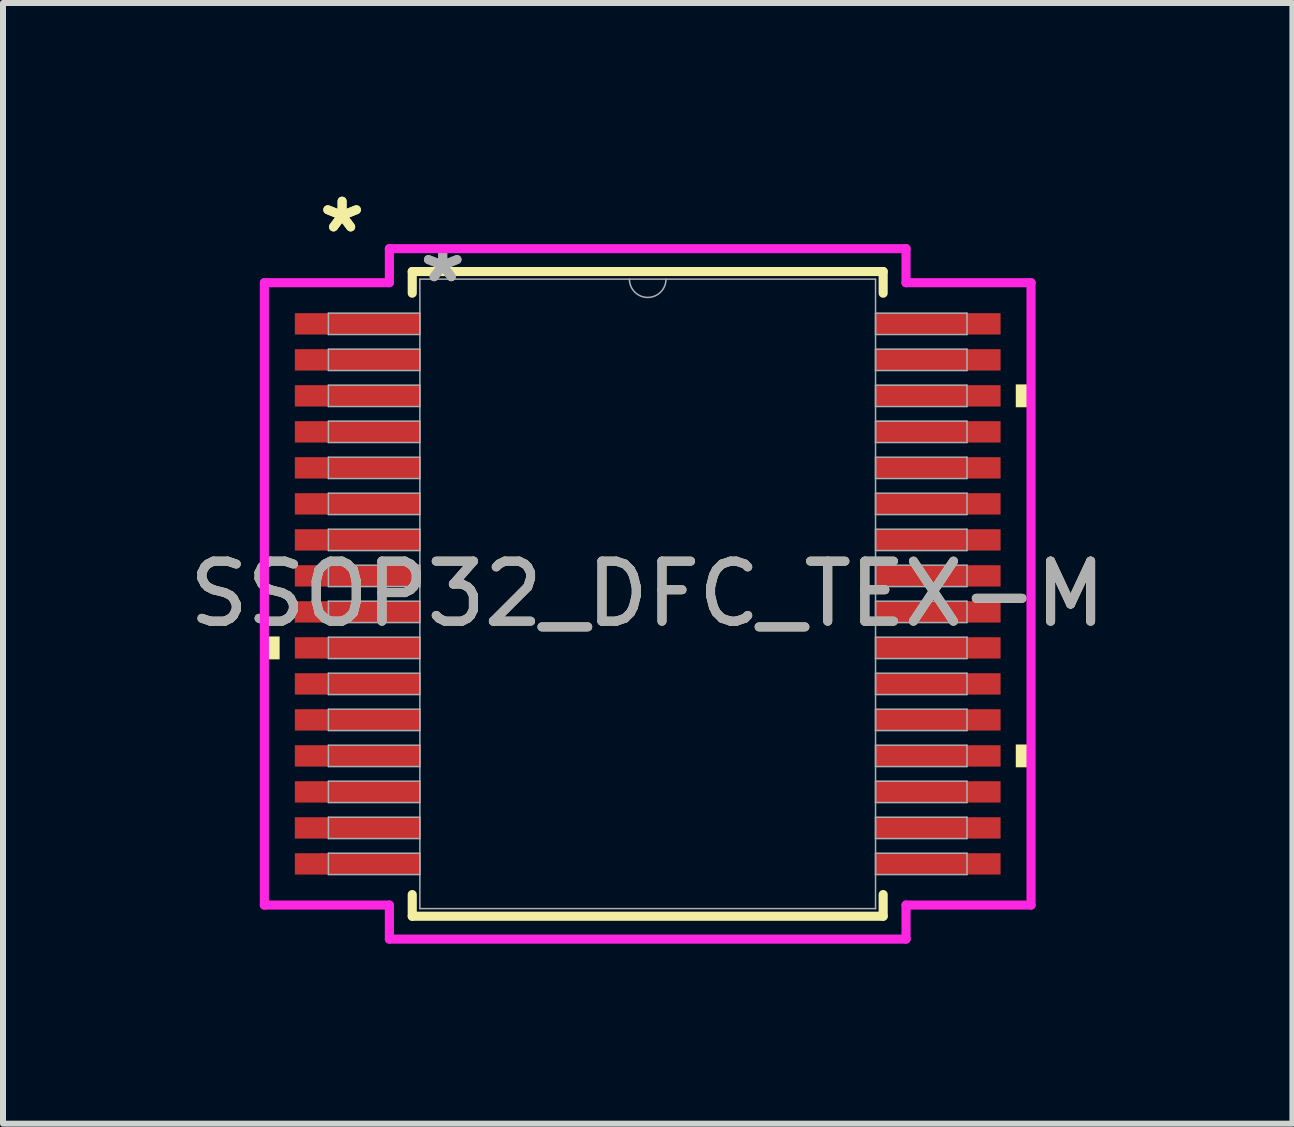
<source format=kicad_pcb>
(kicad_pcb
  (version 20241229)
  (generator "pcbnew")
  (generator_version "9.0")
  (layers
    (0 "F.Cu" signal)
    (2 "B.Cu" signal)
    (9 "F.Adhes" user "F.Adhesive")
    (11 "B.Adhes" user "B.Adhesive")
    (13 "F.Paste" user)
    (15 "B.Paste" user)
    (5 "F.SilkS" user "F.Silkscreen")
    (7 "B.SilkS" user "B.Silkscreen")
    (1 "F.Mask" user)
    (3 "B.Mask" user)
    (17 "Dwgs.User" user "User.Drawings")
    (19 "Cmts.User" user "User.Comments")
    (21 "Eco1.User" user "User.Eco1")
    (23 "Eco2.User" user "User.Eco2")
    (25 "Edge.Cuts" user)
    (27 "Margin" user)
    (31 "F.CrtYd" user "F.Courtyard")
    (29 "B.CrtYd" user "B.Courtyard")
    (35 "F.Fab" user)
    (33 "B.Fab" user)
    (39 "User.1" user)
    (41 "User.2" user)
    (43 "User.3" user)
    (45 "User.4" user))
  (footprint "SSOP32_DFC_TEX-M"
    (layer "F.Cu")
    (at 7.744 6.847)
    (property "Reference" "SSOP32_DFC_TEX-M" (at 0 0 0) (unlocked yes) (layer "F.SilkS") (effects (font (size 1 1) (thickness 0.15))))
    (attr smd)
    (fp_line (start -3.924 -5.372) (end -3.924 -5.011) (stroke (width 0.152) (type solid)) (layer "F.SilkS"))
    (fp_line (start -3.924 5.011) (end -3.924 5.372) (stroke (width 0.152) (type solid)) (layer "F.SilkS"))
    (fp_line (start -3.924 5.372) (end 3.924 5.372) (stroke (width 0.152) (type solid)) (layer "F.SilkS"))
    (fp_line (start 3.924 -5.372) (end -3.924 -5.372) (stroke (width 0.152) (type solid)) (layer "F.SilkS"))
    (fp_line (start 3.924 -5.011) (end 3.924 -5.372) (stroke (width 0.152) (type solid)) (layer "F.SilkS"))
    (fp_line (start 3.924 5.372) (end 3.924 5.011) (stroke (width 0.152) (type solid)) (layer "F.SilkS"))
    (fp_poly (pts (xy -6.388 0.71) (xy -6.388 1.091) (xy -6.134 1.091) (xy -6.134 0.71)) (stroke (width 0) (type solid)) (fill yes) (layer "F.SilkS"))
    (fp_poly (pts (xy 6.388 -3.491) (xy 6.388 -3.11) (xy 6.134 -3.11) (xy 6.134 -3.491)) (stroke (width 0) (type solid)) (fill yes) (layer "F.SilkS"))
    (fp_poly (pts (xy 6.388 2.51) (xy 6.388 2.89) (xy 6.134 2.89) (xy 6.134 2.51)) (stroke (width 0) (type solid)) (fill yes) (layer "F.SilkS"))
    (fp_line (start -6.388 -5.186) (end -4.305 -5.186) (stroke (width 0.152) (type solid)) (layer "F.CrtYd"))
    (fp_line (start -6.388 5.186) (end -6.388 -5.186) (stroke (width 0.152) (type solid)) (layer "F.CrtYd"))
    (fp_line (start -6.388 5.186) (end -4.305 5.186) (stroke (width 0.152) (type solid)) (layer "F.CrtYd"))
    (fp_line (start -4.305 -5.753) (end 4.305 -5.753) (stroke (width 0.152) (type solid)) (layer "F.CrtYd"))
    (fp_line (start -4.305 -5.186) (end -4.305 -5.753) (stroke (width 0.152) (type solid)) (layer "F.CrtYd"))
    (fp_line (start -4.305 5.753) (end -4.305 5.186) (stroke (width 0.152) (type solid)) (layer "F.CrtYd"))
    (fp_line (start 4.305 -5.753) (end 4.305 -5.186) (stroke (width 0.152) (type solid)) (layer "F.CrtYd"))
    (fp_line (start 4.305 5.186) (end 4.305 5.753) (stroke (width 0.152) (type solid)) (layer "F.CrtYd"))
    (fp_line (start 4.305 5.753) (end -4.305 5.753) (stroke (width 0.152) (type solid)) (layer "F.CrtYd"))
    (fp_line (start 6.388 -5.186) (end 4.305 -5.186) (stroke (width 0.152) (type solid)) (layer "F.CrtYd"))
    (fp_line (start 6.388 -5.186) (end 6.388 5.186) (stroke (width 0.152) (type solid)) (layer "F.CrtYd"))
    (fp_line (start 6.388 5.186) (end 4.305 5.186) (stroke (width 0.152) (type solid)) (layer "F.CrtYd"))
    (fp_line (start -5.321 -4.678) (end -5.321 -4.322) (stroke (width 0.025) (type solid)) (layer "F.Fab"))
    (fp_line (start -5.321 -4.322) (end -3.797 -4.322) (stroke (width 0.025) (type solid)) (layer "F.Fab"))
    (fp_line (start -5.321 -4.078) (end -5.321 -3.722) (stroke (width 0.025) (type solid)) (layer "F.Fab"))
    (fp_line (start -5.321 -3.722) (end -3.797 -3.722) (stroke (width 0.025) (type solid)) (layer "F.Fab"))
    (fp_line (start -5.321 -3.478) (end -5.321 -3.122) (stroke (width 0.025) (type solid)) (layer "F.Fab"))
    (fp_line (start -5.321 -3.122) (end -3.797 -3.122) (stroke (width 0.025) (type solid)) (layer "F.Fab"))
    (fp_line (start -5.321 -2.878) (end -5.321 -2.522) (stroke (width 0.025) (type solid)) (layer "F.Fab"))
    (fp_line (start -5.321 -2.522) (end -3.797 -2.522) (stroke (width 0.025) (type solid)) (layer "F.Fab"))
    (fp_line (start -5.321 -2.278) (end -5.321 -1.922) (stroke (width 0.025) (type solid)) (layer "F.Fab"))
    (fp_line (start -5.321 -1.922) (end -3.797 -1.922) (stroke (width 0.025) (type solid)) (layer "F.Fab"))
    (fp_line (start -5.321 -1.678) (end -5.321 -1.322) (stroke (width 0.025) (type solid)) (layer "F.Fab"))
    (fp_line (start -5.321 -1.322) (end -3.797 -1.322) (stroke (width 0.025) (type solid)) (layer "F.Fab"))
    (fp_line (start -5.321 -1.078) (end -5.321 -0.722) (stroke (width 0.025) (type solid)) (layer "F.Fab"))
    (fp_line (start -5.321 -0.722) (end -3.797 -0.722) (stroke (width 0.025) (type solid)) (layer "F.Fab"))
    (fp_line (start -5.321 -0.478) (end -5.321 -0.122) (stroke (width 0.025) (type solid)) (layer "F.Fab"))
    (fp_line (start -5.321 -0.122) (end -3.797 -0.122) (stroke (width 0.025) (type solid)) (layer "F.Fab"))
    (fp_line (start -5.321 0.122) (end -5.321 0.478) (stroke (width 0.025) (type solid)) (layer "F.Fab"))
    (fp_line (start -5.321 0.478) (end -3.797 0.478) (stroke (width 0.025) (type solid)) (layer "F.Fab"))
    (fp_line (start -5.321 0.722) (end -5.321 1.078) (stroke (width 0.025) (type solid)) (layer "F.Fab"))
    (fp_line (start -5.321 1.078) (end -3.797 1.078) (stroke (width 0.025) (type solid)) (layer "F.Fab"))
    (fp_line (start -5.321 1.322) (end -5.321 1.678) (stroke (width 0.025) (type solid)) (layer "F.Fab"))
    (fp_line (start -5.321 1.678) (end -3.797 1.678) (stroke (width 0.025) (type solid)) (layer "F.Fab"))
    (fp_line (start -5.321 1.922) (end -5.321 2.278) (stroke (width 0.025) (type solid)) (layer "F.Fab"))
    (fp_line (start -5.321 2.278) (end -3.797 2.278) (stroke (width 0.025) (type solid)) (layer "F.Fab"))
    (fp_line (start -5.321 2.522) (end -5.321 2.878) (stroke (width 0.025) (type solid)) (layer "F.Fab"))
    (fp_line (start -5.321 2.878) (end -3.797 2.878) (stroke (width 0.025) (type solid)) (layer "F.Fab"))
    (fp_line (start -5.321 3.122) (end -5.321 3.478) (stroke (width 0.025) (type solid)) (layer "F.Fab"))
    (fp_line (start -5.321 3.478) (end -3.797 3.478) (stroke (width 0.025) (type solid)) (layer "F.Fab"))
    (fp_line (start -5.321 3.722) (end -5.321 4.078) (stroke (width 0.025) (type solid)) (layer "F.Fab"))
    (fp_line (start -5.321 4.078) (end -3.797 4.078) (stroke (width 0.025) (type solid)) (layer "F.Fab"))
    (fp_line (start -5.321 4.322) (end -5.321 4.678) (stroke (width 0.025) (type solid)) (layer "F.Fab"))
    (fp_line (start -5.321 4.678) (end -3.797 4.678) (stroke (width 0.025) (type solid)) (layer "F.Fab"))
    (fp_line (start -3.797 -5.245) (end -3.797 5.245) (stroke (width 0.025) (type solid)) (layer "F.Fab"))
    (fp_line (start -3.797 -4.678) (end -5.321 -4.678) (stroke (width 0.025) (type solid)) (layer "F.Fab"))
    (fp_line (start -3.797 -4.322) (end -3.797 -4.678) (stroke (width 0.025) (type solid)) (layer "F.Fab"))
    (fp_line (start -3.797 -4.078) (end -5.321 -4.078) (stroke (width 0.025) (type solid)) (layer "F.Fab"))
    (fp_line (start -3.797 -3.722) (end -3.797 -4.078) (stroke (width 0.025) (type solid)) (layer "F.Fab"))
    (fp_line (start -3.797 -3.478) (end -5.321 -3.478) (stroke (width 0.025) (type solid)) (layer "F.Fab"))
    (fp_line (start -3.797 -3.122) (end -3.797 -3.478) (stroke (width 0.025) (type solid)) (layer "F.Fab"))
    (fp_line (start -3.797 -2.878) (end -5.321 -2.878) (stroke (width 0.025) (type solid)) (layer "F.Fab"))
    (fp_line (start -3.797 -2.522) (end -3.797 -2.878) (stroke (width 0.025) (type solid)) (layer "F.Fab"))
    (fp_line (start -3.797 -2.278) (end -5.321 -2.278) (stroke (width 0.025) (type solid)) (layer "F.Fab"))
    (fp_line (start -3.797 -1.922) (end -3.797 -2.278) (stroke (width 0.025) (type solid)) (layer "F.Fab"))
    (fp_line (start -3.797 -1.678) (end -5.321 -1.678) (stroke (width 0.025) (type solid)) (layer "F.Fab"))
    (fp_line (start -3.797 -1.322) (end -3.797 -1.678) (stroke (width 0.025) (type solid)) (layer "F.Fab"))
    (fp_line (start -3.797 -1.078) (end -5.321 -1.078) (stroke (width 0.025) (type solid)) (layer "F.Fab"))
    (fp_line (start -3.797 -0.722) (end -3.797 -1.078) (stroke (width 0.025) (type solid)) (layer "F.Fab"))
    (fp_line (start -3.797 -0.478) (end -5.321 -0.478) (stroke (width 0.025) (type solid)) (layer "F.Fab"))
    (fp_line (start -3.797 -0.122) (end -3.797 -0.478) (stroke (width 0.025) (type solid)) (layer "F.Fab"))
    (fp_line (start -3.797 0.122) (end -5.321 0.122) (stroke (width 0.025) (type solid)) (layer "F.Fab"))
    (fp_line (start -3.797 0.478) (end -3.797 0.122) (stroke (width 0.025) (type solid)) (layer "F.Fab"))
    (fp_line (start -3.797 0.722) (end -5.321 0.722) (stroke (width 0.025) (type solid)) (layer "F.Fab"))
    (fp_line (start -3.797 1.078) (end -3.797 0.722) (stroke (width 0.025) (type solid)) (layer "F.Fab"))
    (fp_line (start -3.797 1.322) (end -5.321 1.322) (stroke (width 0.025) (type solid)) (layer "F.Fab"))
    (fp_line (start -3.797 1.678) (end -3.797 1.322) (stroke (width 0.025) (type solid)) (layer "F.Fab"))
    (fp_line (start -3.797 1.922) (end -5.321 1.922) (stroke (width 0.025) (type solid)) (layer "F.Fab"))
    (fp_line (start -3.797 2.278) (end -3.797 1.922) (stroke (width 0.025) (type solid)) (layer "F.Fab"))
    (fp_line (start -3.797 2.522) (end -5.321 2.522) (stroke (width 0.025) (type solid)) (layer "F.Fab"))
    (fp_line (start -3.797 2.878) (end -3.797 2.522) (stroke (width 0.025) (type solid)) (layer "F.Fab"))
    (fp_line (start -3.797 3.122) (end -5.321 3.122) (stroke (width 0.025) (type solid)) (layer "F.Fab"))
    (fp_line (start -3.797 3.478) (end -3.797 3.122) (stroke (width 0.025) (type solid)) (layer "F.Fab"))
    (fp_line (start -3.797 3.722) (end -5.321 3.722) (stroke (width 0.025) (type solid)) (layer "F.Fab"))
    (fp_line (start -3.797 4.078) (end -3.797 3.722) (stroke (width 0.025) (type solid)) (layer "F.Fab"))
    (fp_line (start -3.797 4.322) (end -5.321 4.322) (stroke (width 0.025) (type solid)) (layer "F.Fab"))
    (fp_line (start -3.797 4.678) (end -3.797 4.322) (stroke (width 0.025) (type solid)) (layer "F.Fab"))
    (fp_line (start -3.797 5.245) (end 3.797 5.245) (stroke (width 0.025) (type solid)) (layer "F.Fab"))
    (fp_line (start 3.797 -5.245) (end -3.797 -5.245) (stroke (width 0.025) (type solid)) (layer "F.Fab"))
    (fp_line (start 3.797 -4.678) (end 3.797 -4.322) (stroke (width 0.025) (type solid)) (layer "F.Fab"))
    (fp_line (start 3.797 -4.322) (end 5.321 -4.322) (stroke (width 0.025) (type solid)) (layer "F.Fab"))
    (fp_line (start 3.797 -4.078) (end 3.797 -3.722) (stroke (width 0.025) (type solid)) (layer "F.Fab"))
    (fp_line (start 3.797 -3.722) (end 5.321 -3.722) (stroke (width 0.025) (type solid)) (layer "F.Fab"))
    (fp_line (start 3.797 -3.478) (end 3.797 -3.122) (stroke (width 0.025) (type solid)) (layer "F.Fab"))
    (fp_line (start 3.797 -3.122) (end 5.321 -3.122) (stroke (width 0.025) (type solid)) (layer "F.Fab"))
    (fp_line (start 3.797 -2.878) (end 3.797 -2.522) (stroke (width 0.025) (type solid)) (layer "F.Fab"))
    (fp_line (start 3.797 -2.522) (end 5.321 -2.522) (stroke (width 0.025) (type solid)) (layer "F.Fab"))
    (fp_line (start 3.797 -2.278) (end 3.797 -1.922) (stroke (width 0.025) (type solid)) (layer "F.Fab"))
    (fp_line (start 3.797 -1.922) (end 5.321 -1.922) (stroke (width 0.025) (type solid)) (layer "F.Fab"))
    (fp_line (start 3.797 -1.678) (end 3.797 -1.322) (stroke (width 0.025) (type solid)) (layer "F.Fab"))
    (fp_line (start 3.797 -1.322) (end 5.321 -1.322) (stroke (width 0.025) (type solid)) (layer "F.Fab"))
    (fp_line (start 3.797 -1.078) (end 3.797 -0.722) (stroke (width 0.025) (type solid)) (layer "F.Fab"))
    (fp_line (start 3.797 -0.722) (end 5.321 -0.722) (stroke (width 0.025) (type solid)) (layer "F.Fab"))
    (fp_line (start 3.797 -0.478) (end 3.797 -0.122) (stroke (width 0.025) (type solid)) (layer "F.Fab"))
    (fp_line (start 3.797 -0.122) (end 5.321 -0.122) (stroke (width 0.025) (type solid)) (layer "F.Fab"))
    (fp_line (start 3.797 0.122) (end 3.797 0.478) (stroke (width 0.025) (type solid)) (layer "F.Fab"))
    (fp_line (start 3.797 0.478) (end 5.321 0.478) (stroke (width 0.025) (type solid)) (layer "F.Fab"))
    (fp_line (start 3.797 0.722) (end 3.797 1.078) (stroke (width 0.025) (type solid)) (layer "F.Fab"))
    (fp_line (start 3.797 1.078) (end 5.321 1.078) (stroke (width 0.025) (type solid)) (layer "F.Fab"))
    (fp_line (start 3.797 1.322) (end 3.797 1.678) (stroke (width 0.025) (type solid)) (layer "F.Fab"))
    (fp_line (start 3.797 1.678) (end 5.321 1.678) (stroke (width 0.025) (type solid)) (layer "F.Fab"))
    (fp_line (start 3.797 1.922) (end 3.797 2.278) (stroke (width 0.025) (type solid)) (layer "F.Fab"))
    (fp_line (start 3.797 2.278) (end 5.321 2.278) (stroke (width 0.025) (type solid)) (layer "F.Fab"))
    (fp_line (start 3.797 2.522) (end 3.797 2.878) (stroke (width 0.025) (type solid)) (layer "F.Fab"))
    (fp_line (start 3.797 2.878) (end 5.321 2.878) (stroke (width 0.025) (type solid)) (layer "F.Fab"))
    (fp_line (start 3.797 3.122) (end 3.797 3.478) (stroke (width 0.025) (type solid)) (layer "F.Fab"))
    (fp_line (start 3.797 3.478) (end 5.321 3.478) (stroke (width 0.025) (type solid)) (layer "F.Fab"))
    (fp_line (start 3.797 3.722) (end 3.797 4.078) (stroke (width 0.025) (type solid)) (layer "F.Fab"))
    (fp_line (start 3.797 4.078) (end 5.321 4.078) (stroke (width 0.025) (type solid)) (layer "F.Fab"))
    (fp_line (start 3.797 4.322) (end 3.797 4.678) (stroke (width 0.025) (type solid)) (layer "F.Fab"))
    (fp_line (start 3.797 4.678) (end 5.321 4.678) (stroke (width 0.025) (type solid)) (layer "F.Fab"))
    (fp_line (start 3.797 5.245) (end 3.797 -5.245) (stroke (width 0.025) (type solid)) (layer "F.Fab"))
    (fp_line (start 5.321 -4.678) (end 3.797 -4.678) (stroke (width 0.025) (type solid)) (layer "F.Fab"))
    (fp_line (start 5.321 -4.322) (end 5.321 -4.678) (stroke (width 0.025) (type solid)) (layer "F.Fab"))
    (fp_line (start 5.321 -4.078) (end 3.797 -4.078) (stroke (width 0.025) (type solid)) (layer "F.Fab"))
    (fp_line (start 5.321 -3.722) (end 5.321 -4.078) (stroke (width 0.025) (type solid)) (layer "F.Fab"))
    (fp_line (start 5.321 -3.478) (end 3.797 -3.478) (stroke (width 0.025) (type solid)) (layer "F.Fab"))
    (fp_line (start 5.321 -3.122) (end 5.321 -3.478) (stroke (width 0.025) (type solid)) (layer "F.Fab"))
    (fp_line (start 5.321 -2.878) (end 3.797 -2.878) (stroke (width 0.025) (type solid)) (layer "F.Fab"))
    (fp_line (start 5.321 -2.522) (end 5.321 -2.878) (stroke (width 0.025) (type solid)) (layer "F.Fab"))
    (fp_line (start 5.321 -2.278) (end 3.797 -2.278) (stroke (width 0.025) (type solid)) (layer "F.Fab"))
    (fp_line (start 5.321 -1.922) (end 5.321 -2.278) (stroke (width 0.025) (type solid)) (layer "F.Fab"))
    (fp_line (start 5.321 -1.678) (end 3.797 -1.678) (stroke (width 0.025) (type solid)) (layer "F.Fab"))
    (fp_line (start 5.321 -1.322) (end 5.321 -1.678) (stroke (width 0.025) (type solid)) (layer "F.Fab"))
    (fp_line (start 5.321 -1.078) (end 3.797 -1.078) (stroke (width 0.025) (type solid)) (layer "F.Fab"))
    (fp_line (start 5.321 -0.722) (end 5.321 -1.078) (stroke (width 0.025) (type solid)) (layer "F.Fab"))
    (fp_line (start 5.321 -0.478) (end 3.797 -0.478) (stroke (width 0.025) (type solid)) (layer "F.Fab"))
    (fp_line (start 5.321 -0.122) (end 5.321 -0.478) (stroke (width 0.025) (type solid)) (layer "F.Fab"))
    (fp_line (start 5.321 0.122) (end 3.797 0.122) (stroke (width 0.025) (type solid)) (layer "F.Fab"))
    (fp_line (start 5.321 0.478) (end 5.321 0.122) (stroke (width 0.025) (type solid)) (layer "F.Fab"))
    (fp_line (start 5.321 0.722) (end 3.797 0.722) (stroke (width 0.025) (type solid)) (layer "F.Fab"))
    (fp_line (start 5.321 1.078) (end 5.321 0.722) (stroke (width 0.025) (type solid)) (layer "F.Fab"))
    (fp_line (start 5.321 1.322) (end 3.797 1.322) (stroke (width 0.025) (type solid)) (layer "F.Fab"))
    (fp_line (start 5.321 1.678) (end 5.321 1.322) (stroke (width 0.025) (type solid)) (layer "F.Fab"))
    (fp_line (start 5.321 1.922) (end 3.797 1.922) (stroke (width 0.025) (type solid)) (layer "F.Fab"))
    (fp_line (start 5.321 2.278) (end 5.321 1.922) (stroke (width 0.025) (type solid)) (layer "F.Fab"))
    (fp_line (start 5.321 2.522) (end 3.797 2.522) (stroke (width 0.025) (type solid)) (layer "F.Fab"))
    (fp_line (start 5.321 2.878) (end 5.321 2.522) (stroke (width 0.025) (type solid)) (layer "F.Fab"))
    (fp_line (start 5.321 3.122) (end 3.797 3.122) (stroke (width 0.025) (type solid)) (layer "F.Fab"))
    (fp_line (start 5.321 3.478) (end 5.321 3.122) (stroke (width 0.025) (type solid)) (layer "F.Fab"))
    (fp_line (start 5.321 3.722) (end 3.797 3.722) (stroke (width 0.025) (type solid)) (layer "F.Fab"))
    (fp_line (start 5.321 4.078) (end 5.321 3.722) (stroke (width 0.025) (type solid)) (layer "F.Fab"))
    (fp_line (start 5.321 4.322) (end 3.797 4.322) (stroke (width 0.025) (type solid)) (layer "F.Fab"))
    (fp_line (start 5.321 4.678) (end 5.321 4.322) (stroke (width 0.025) (type solid)) (layer "F.Fab"))
    (fp_arc (start 0.3048 -5.2451) (mid 0 -4.9403) (end -0.3048 -5.2451) (stroke (width 0.0254) (type solid)) (layer "F.Fab"))
    (fp_text user "*" (at -5.093 -5.999 0) (unlocked yes) (layer "F.SilkS") (effects (font (size 1 1) (thickness 0.15))))
    (fp_text user "*" (at -5.093 -5.999 0) (layer "F.SilkS") (effects (font (size 1 1) (thickness 0.15))))
    (fp_text user "*" (at -3.416 -5.169 0) (layer "F.Fab") (effects (font (size 1 1) (thickness 0.15))))
    (fp_text user "${REFERENCE}" (at 0 0 0) (unlocked yes) (layer "F.Fab") (effects (font (size 1 1) (thickness 0.15))))
    (fp_text user "*" (at -3.416 -5.169 0) (unlocked yes) (layer "F.Fab") (effects (font (size 1 1) (thickness 0.15))))
    (pad "1" smd rect (at -4.839 -4.5) (size 2.083 0.356) (layers "F.Cu" "F.Mask" "F.Paste"))
    (pad "2" smd rect (at -4.839 -3.9) (size 2.083 0.356) (layers "F.Cu" "F.Mask" "F.Paste"))
    (pad "3" smd rect (at -4.839 -3.3) (size 2.083 0.356) (layers "F.Cu" "F.Mask" "F.Paste"))
    (pad "4" smd rect (at -4.839 -2.7) (size 2.083 0.356) (layers "F.Cu" "F.Mask" "F.Paste"))
    (pad "5" smd rect (at -4.839 -2.1) (size 2.083 0.356) (layers "F.Cu" "F.Mask" "F.Paste"))
    (pad "6" smd rect (at -4.839 -1.5) (size 2.083 0.356) (layers "F.Cu" "F.Mask" "F.Paste"))
    (pad "7" smd rect (at -4.839 -0.9) (size 2.083 0.356) (layers "F.Cu" "F.Mask" "F.Paste"))
    (pad "8" smd rect (at -4.839 -0.3) (size 2.083 0.356) (layers "F.Cu" "F.Mask" "F.Paste"))
    (pad "9" smd rect (at -4.839 0.3) (size 2.083 0.356) (layers "F.Cu" "F.Mask" "F.Paste"))
    (pad "10" smd rect (at -4.839 0.9) (size 2.083 0.356) (layers "F.Cu" "F.Mask" "F.Paste"))
    (pad "11" smd rect (at -4.839 1.5) (size 2.083 0.356) (layers "F.Cu" "F.Mask" "F.Paste"))
    (pad "12" smd rect (at -4.839 2.1) (size 2.083 0.356) (layers "F.Cu" "F.Mask" "F.Paste"))
    (pad "13" smd rect (at -4.839 2.7) (size 2.083 0.356) (layers "F.Cu" "F.Mask" "F.Paste"))
    (pad "14" smd rect (at -4.839 3.3) (size 2.083 0.356) (layers "F.Cu" "F.Mask" "F.Paste"))
    (pad "15" smd rect (at -4.839 3.9) (size 2.083 0.356) (layers "F.Cu" "F.Mask" "F.Paste"))
    (pad "16" smd rect (at -4.839 4.5) (size 2.083 0.356) (layers "F.Cu" "F.Mask" "F.Paste"))
    (pad "17" smd rect (at 4.839 4.5) (size 2.083 0.356) (layers "F.Cu" "F.Mask" "F.Paste"))
    (pad "18" smd rect (at 4.839 3.9) (size 2.083 0.356) (layers "F.Cu" "F.Mask" "F.Paste"))
    (pad "19" smd rect (at 4.839 3.3) (size 2.083 0.356) (layers "F.Cu" "F.Mask" "F.Paste"))
    (pad "20" smd rect (at 4.839 2.7) (size 2.083 0.356) (layers "F.Cu" "F.Mask" "F.Paste"))
    (pad "21" smd rect (at 4.839 2.1) (size 2.083 0.356) (layers "F.Cu" "F.Mask" "F.Paste"))
    (pad "22" smd rect (at 4.839 1.5) (size 2.083 0.356) (layers "F.Cu" "F.Mask" "F.Paste"))
    (pad "23" smd rect (at 4.839 0.9) (size 2.083 0.356) (layers "F.Cu" "F.Mask" "F.Paste"))
    (pad "24" smd rect (at 4.839 0.3) (size 2.083 0.356) (layers "F.Cu" "F.Mask" "F.Paste"))
    (pad "25" smd rect (at 4.839 -0.3) (size 2.083 0.356) (layers "F.Cu" "F.Mask" "F.Paste"))
    (pad "26" smd rect (at 4.839 -0.9) (size 2.083 0.356) (layers "F.Cu" "F.Mask" "F.Paste"))
    (pad "27" smd rect (at 4.839 -1.5) (size 2.083 0.356) (layers "F.Cu" "F.Mask" "F.Paste"))
    (pad "28" smd rect (at 4.839 -2.1) (size 2.083 0.356) (layers "F.Cu" "F.Mask" "F.Paste"))
    (pad "29" smd rect (at 4.839 -2.7) (size 2.083 0.356) (layers "F.Cu" "F.Mask" "F.Paste"))
    (pad "30" smd rect (at 4.839 -3.3) (size 2.083 0.356) (layers "F.Cu" "F.Mask" "F.Paste"))
    (pad "31" smd rect (at 4.839 -3.9) (size 2.083 0.356) (layers "F.Cu" "F.Mask" "F.Paste"))
    (pad "32" smd rect (at 4.839 -4.5) (size 2.083 0.356) (layers "F.Cu" "F.Mask" "F.Paste")))
  (gr_rect
    (start -3 -3)
    (end 18.488 15.676)
    (stroke (width 0.1) (type default))
    (fill no)
    (layer "Edge.Cuts")))
</source>
